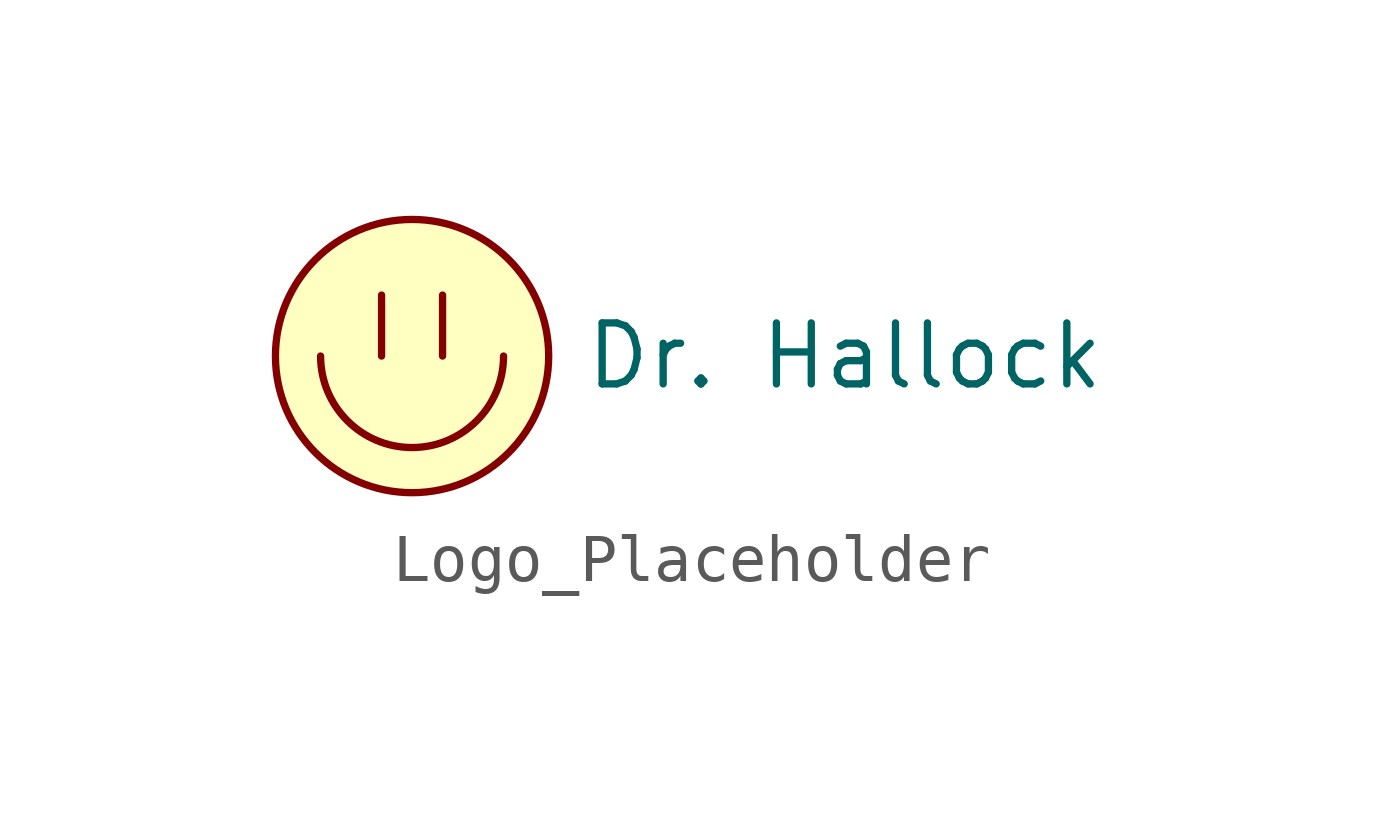
<source format=kicad_sym>
(kicad_symbol_lib
  (version 20241209)
  (generator "kicad_symbol_editor")
  (generator_version "9.0")
  (symbol "Logo_Placeholder"
    (pin_names
      (offset 1.016))
    (property "Reference" "LOGO1"
      (at 0 3.81 0)
      (effects (font (size 1.27 1.27)) (hide yes)))
    (property "Value" "Dr. Hallock"
      (at 3.556 0 0)
      (effects (font (size 1.27 1.27)) (justify left)))
    (symbol "Logo_Placeholder_0_1"
      (polyline (pts (xy -0.635 1.27) (xy -0.635 0)) (stroke (width 0) (type solid)) (fill (type none)))
      (arc (start 1.905 0) (mid 0 -1.8967) (end -1.905 0) (stroke (width 0) (type solid)) (fill (type none)))
      (circle (center 0 0) (radius 2.845) (stroke (width 0) (type solid)) (fill (type background)))
      (polyline (pts (xy 0.635 1.27) (xy 0.635 0)) (stroke (width 0) (type solid)) (fill (type none))))))
</source>
